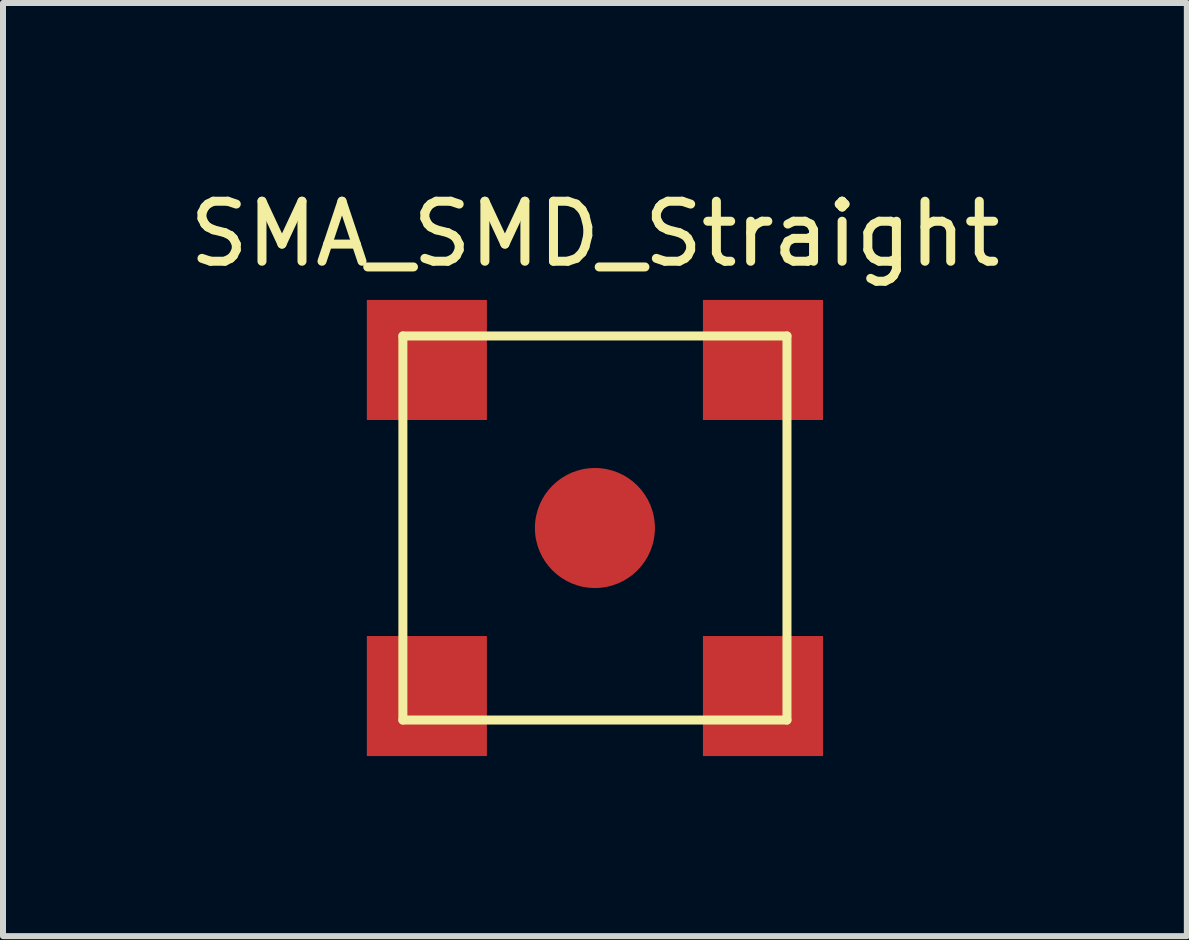
<source format=kicad_pcb>
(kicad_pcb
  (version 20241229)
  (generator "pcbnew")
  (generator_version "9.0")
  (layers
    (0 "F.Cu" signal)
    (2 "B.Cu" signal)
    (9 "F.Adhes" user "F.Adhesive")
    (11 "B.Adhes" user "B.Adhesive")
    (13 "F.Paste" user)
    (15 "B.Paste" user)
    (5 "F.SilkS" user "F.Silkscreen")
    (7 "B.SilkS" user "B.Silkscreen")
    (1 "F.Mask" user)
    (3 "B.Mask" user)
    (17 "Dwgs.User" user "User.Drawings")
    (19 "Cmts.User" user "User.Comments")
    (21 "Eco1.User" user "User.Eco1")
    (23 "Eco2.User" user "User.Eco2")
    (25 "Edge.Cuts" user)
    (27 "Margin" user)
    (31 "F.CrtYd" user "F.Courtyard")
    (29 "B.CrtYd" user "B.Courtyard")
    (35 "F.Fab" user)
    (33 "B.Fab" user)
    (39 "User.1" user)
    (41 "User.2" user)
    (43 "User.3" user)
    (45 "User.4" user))
  (footprint "SMA_SMD_Straight"
    (layer "F.Cu")
    (at 6.863 5.748)
    (property "Reference" "SMA_SMD_Straight" (at 0 -4.9 0) (layer "F.SilkS") (effects (font (size 1 1) (thickness 0.15))))
    (attr through_hole)
    (fp_line (start -3.2 -3.2) (end 3.2 -3.2) (stroke (width 0.15) (type solid)) (layer "F.SilkS"))
    (fp_line (start -3.2 3.2) (end -3.2 -3.2) (stroke (width 0.15) (type solid)) (layer "F.SilkS"))
    (fp_line (start 3.2 -3.2) (end 3.2 3.2) (stroke (width 0.15) (type solid)) (layer "F.SilkS"))
    (fp_line (start 3.2 3.2) (end -3.2 3.2) (stroke (width 0.15) (type solid)) (layer "F.SilkS"))
    (pad "1" smd circle (at 0 0) (size 2 2) (layers "F.Cu" "F.Mask" "F.Paste"))
    (pad "2" smd rect (at -2.8 -2.8) (size 2 2) (layers "F.Cu" "F.Mask" "F.Paste"))
    (pad "3" smd rect (at 2.8 -2.8) (size 2 2) (layers "F.Cu" "F.Mask" "F.Paste"))
    (pad "4" smd rect (at 2.8 2.8) (size 2 2) (layers "F.Cu" "F.Mask" "F.Paste"))
    (pad "5" smd rect (at -2.8 2.8) (size 2 2) (layers "F.Cu" "F.Mask" "F.Paste")))
  (gr_rect
    (start -3 -3)
    (end 16.726 12.548)
    (stroke (width 0.1) (type default))
    (fill no)
    (layer "Edge.Cuts")))
</source>
